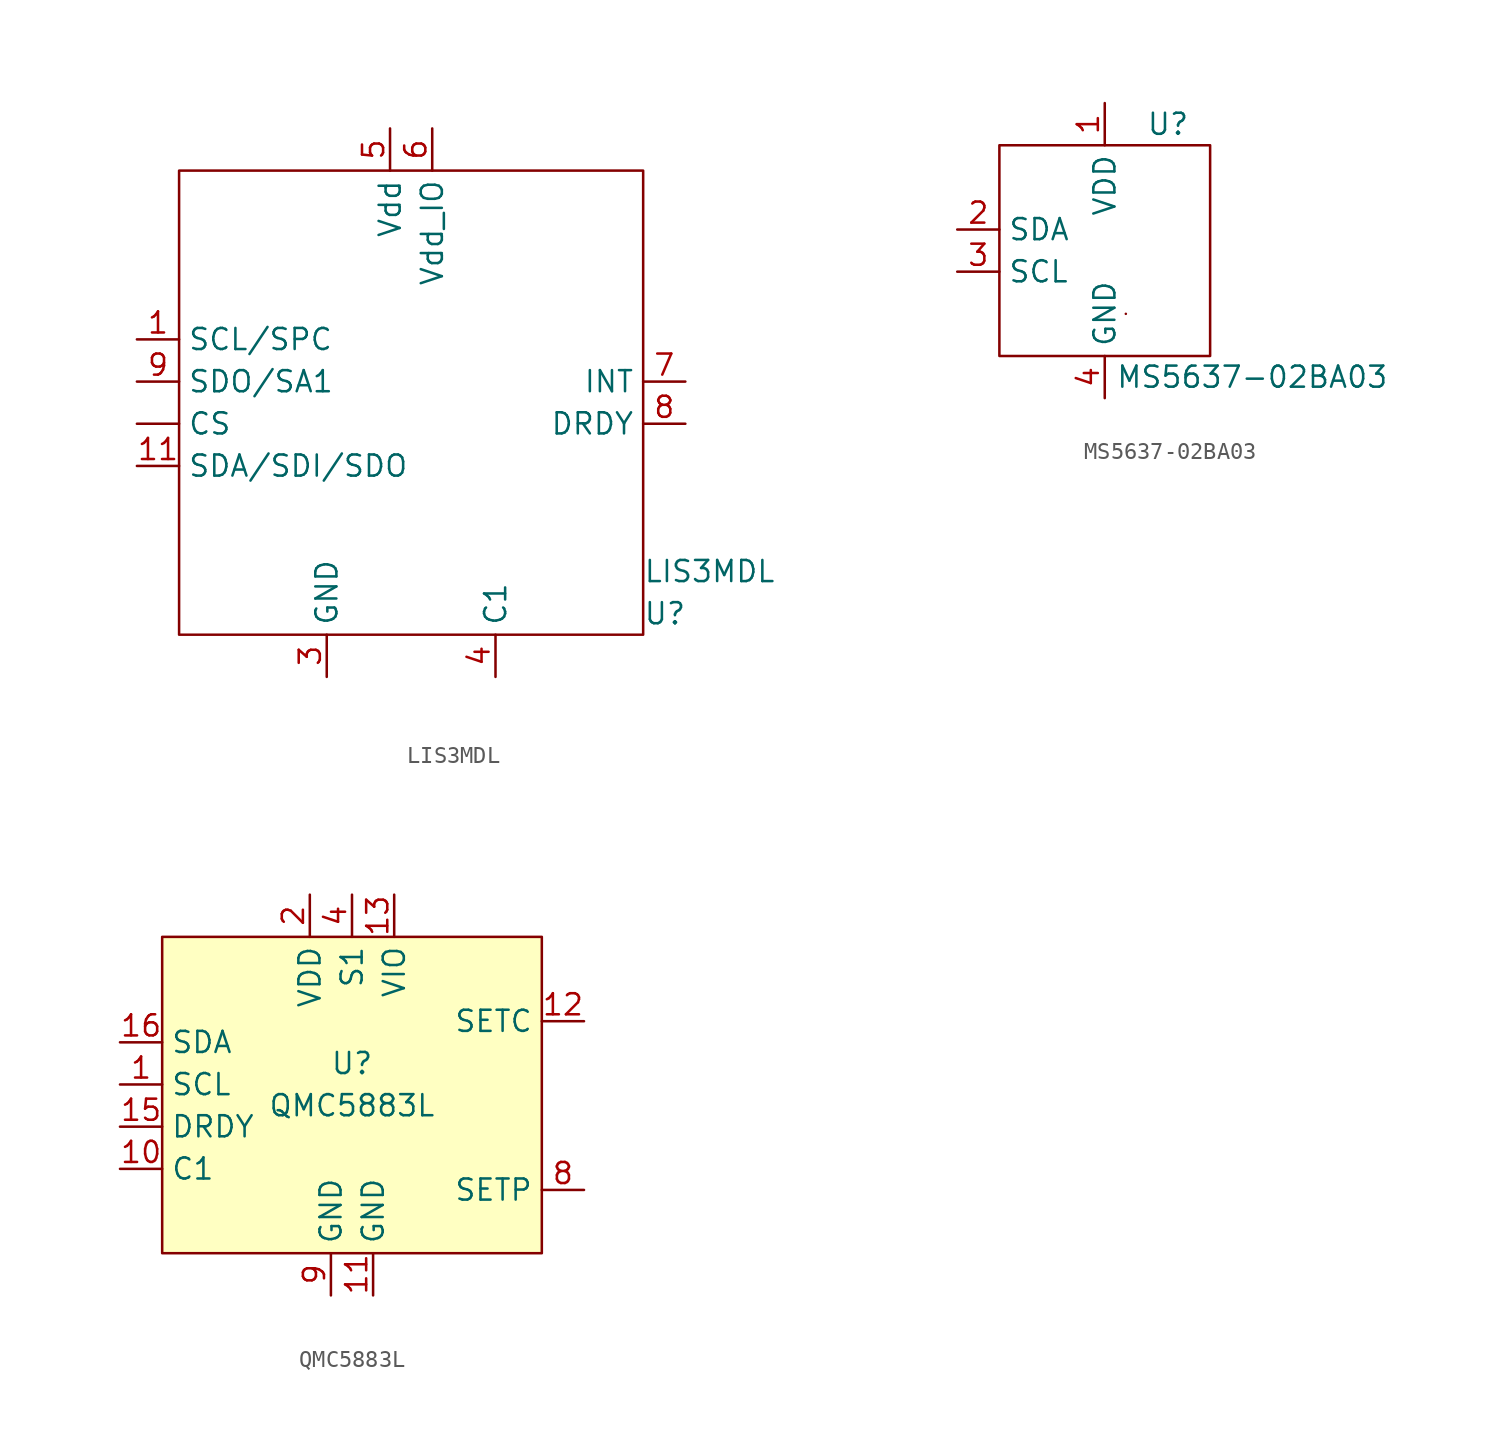
<source format=kicad_sym>
(kicad_symbol_lib
  (version 20211014)
  (generator kicad_symbol_editor)
  (symbol "LIS3MDL"
    (property "Reference" "U"
      (at 13.97 -12.7 0)
      (effects (font (size 1.27 1.27)) (justify left)))
    (property "Value" "LIS3MDL"
      (at 13.97 -10.16 0)
      (effects (font (size 1.27 1.27)) (justify left)))
    (symbol "LIS3MDL_0_1"
      (rectangle (start -13.97 -13.97) (end 13.97 13.97) (stroke (width 0) (type default) (color 0 0 0 0)) (fill (type none))))
    (symbol "LIS3MDL_1_1"
      (pin input line (at -16.51 -1.27 0) (length 2.54) (name "CS" (effects (font (size 1.27 1.27)))) (number "" (effects (font (size 1.27 1.27)))))
      (pin input line (at -16.51 3.81 0) (length 2.54) (name "SCL/SPC" (effects (font (size 1.27 1.27)))) (number "1" (effects (font (size 1.27 1.27)))))
      (pin bidirectional line (at -16.51 -3.81 0) (length 2.54) (name "SDA/SDI/SDO" (effects (font (size 1.27 1.27)))) (number "11" (effects (font (size 1.27 1.27)))))
      (pin bidirectional line (at -5.08 -16.51 90) (length 2.54) hide (name "Reserved" (effects (font (size 1.27 1.27)))) (number "12" (effects (font (size 1.27 1.27)))))
      (pin input line (at -5.08 -16.51 90) (length 2.54) hide (name "Reserved" (effects (font (size 1.27 1.27)))) (number "2" (effects (font (size 1.27 1.27)))))
      (pin power_in line (at -5.08 -16.51 90) (length 2.54) (name "GND" (effects (font (size 1.27 1.27)))) (number "3" (effects (font (size 1.27 1.27)))))
      (pin input line (at 5.08 -16.51 90) (length 2.54) (name "C1" (effects (font (size 1.27 1.27)))) (number "4" (effects (font (size 1.27 1.27)))))
      (pin power_in line (at -1.27 16.51 270) (length 2.54) (name "Vdd" (effects (font (size 1.27 1.27)))) (number "5" (effects (font (size 1.27 1.27)))))
      (pin power_in line (at 1.27 16.51 270) (length 2.54) (name "Vdd_IO" (effects (font (size 1.27 1.27)))) (number "6" (effects (font (size 1.27 1.27)))))
      (pin output line (at 16.51 1.27 180) (length 2.54) (name "INT" (effects (font (size 1.27 1.27)))) (number "7" (effects (font (size 1.27 1.27)))))
      (pin output line (at 16.51 -1.27 180) (length 2.54) (name "DRDY" (effects (font (size 1.27 1.27)))) (number "8" (effects (font (size 1.27 1.27)))))
      (pin bidirectional line (at -16.51 1.27 0) (length 2.54) (name "SDO/SA1" (effects (font (size 1.27 1.27)))) (number "9" (effects (font (size 1.27 1.27)))))))
  (symbol "MS5637-02BA03"
    (property "Reference" "U"
      (at 3.81 7.62 0)
      (effects (font (size 1.27 1.27))))
    (property "Value" "MS5637-02BA03"
      (at 8.89 -7.62 0)
      (effects (font (size 1.27 1.27))))
    (symbol "MS5637-02BA03_0_1"
      (rectangle (start -6.35 6.35) (end 6.35 -6.35) (stroke (width 0) (type default) (color 0 0 0 0)) (fill (type none)))
      (rectangle (start 1.27 -3.81) (end 1.27 -3.81) (stroke (width 0) (type default) (color 0 0 0 0)) (fill (type none))))
    (symbol "MS5637-02BA03_1_1"
      (pin power_in line (at 0 8.89 270) (length 2.54) (name "VDD" (effects (font (size 1.27 1.27)))) (number "1" (effects (font (size 1.27 1.27)))))
      (pin bidirectional line (at -8.89 1.27 0) (length 2.54) (name "SDA" (effects (font (size 1.27 1.27)))) (number "2" (effects (font (size 1.27 1.27)))))
      (pin input line (at -8.89 -1.27 0) (length 2.54) (name "SCL" (effects (font (size 1.27 1.27)))) (number "3" (effects (font (size 1.27 1.27)))))
      (pin power_in line (at 0 -8.89 90) (length 2.54) (name "GND" (effects (font (size 1.27 1.27)))) (number "4" (effects (font (size 1.27 1.27)))))))
  (symbol "QMC5883L"
    (property "Reference" "U"
      (at 0 2.54 0)
      (effects (font (size 1.27 1.27))))
    (property "Value" "QMC5883L"
      (at 0 0 0)
      (effects (font (size 1.27 1.27))))
    (symbol "QMC5883L_0_1"
      (rectangle (start -11.43 10.16) (end 11.43 -8.89) (stroke (width 0) (type default) (color 0 0 0 0)) (fill (type background))))
    (symbol "QMC5883L_1_1"
      (pin input line (at -13.97 1.27 0) (length 2.54) (name "SCL" (effects (font (size 1.27 1.27)))) (number "1" (effects (font (size 1.27 1.27)))))
      (pin unspecified line (at -13.97 -3.81 0) (length 2.54) (name "C1" (effects (font (size 1.27 1.27)))) (number "10" (effects (font (size 1.27 1.27)))))
      (pin power_out line (at 1.27 -11.43 90) (length 2.54) (name "GND" (effects (font (size 1.27 1.27)))) (number "11" (effects (font (size 1.27 1.27)))))
      (pin unspecified line (at 13.97 5.08 180) (length 2.54) (name "SETC" (effects (font (size 1.27 1.27)))) (number "12" (effects (font (size 1.27 1.27)))))
      (pin power_in line (at 2.54 12.7 270) (length 2.54) (name "VIO" (effects (font (size 1.27 1.27)))) (number "13" (effects (font (size 1.27 1.27)))))
      (pin output line (at -13.97 -1.27 0) (length 2.54) (name "DRDY" (effects (font (size 1.27 1.27)))) (number "15" (effects (font (size 1.27 1.27)))))
      (pin bidirectional line (at -13.97 3.81 0) (length 2.54) (name "SDA" (effects (font (size 1.27 1.27)))) (number "16" (effects (font (size 1.27 1.27)))))
      (pin power_in line (at -2.54 12.7 270) (length 2.54) (name "VDD" (effects (font (size 1.27 1.27)))) (number "2" (effects (font (size 1.27 1.27)))))
      (pin power_in line (at 0 12.7 270) (length 2.54) (name "S1" (effects (font (size 1.27 1.27)))) (number "4" (effects (font (size 1.27 1.27)))))
      (pin unspecified line (at 13.97 -5.08 180) (length 2.54) (name "SETP" (effects (font (size 1.27 1.27)))) (number "8" (effects (font (size 1.27 1.27)))))
      (pin power_out line (at -1.27 -11.43 90) (length 2.54) (name "GND" (effects (font (size 1.27 1.27)))) (number "9" (effects (font (size 1.27 1.27))))))))
</source>
